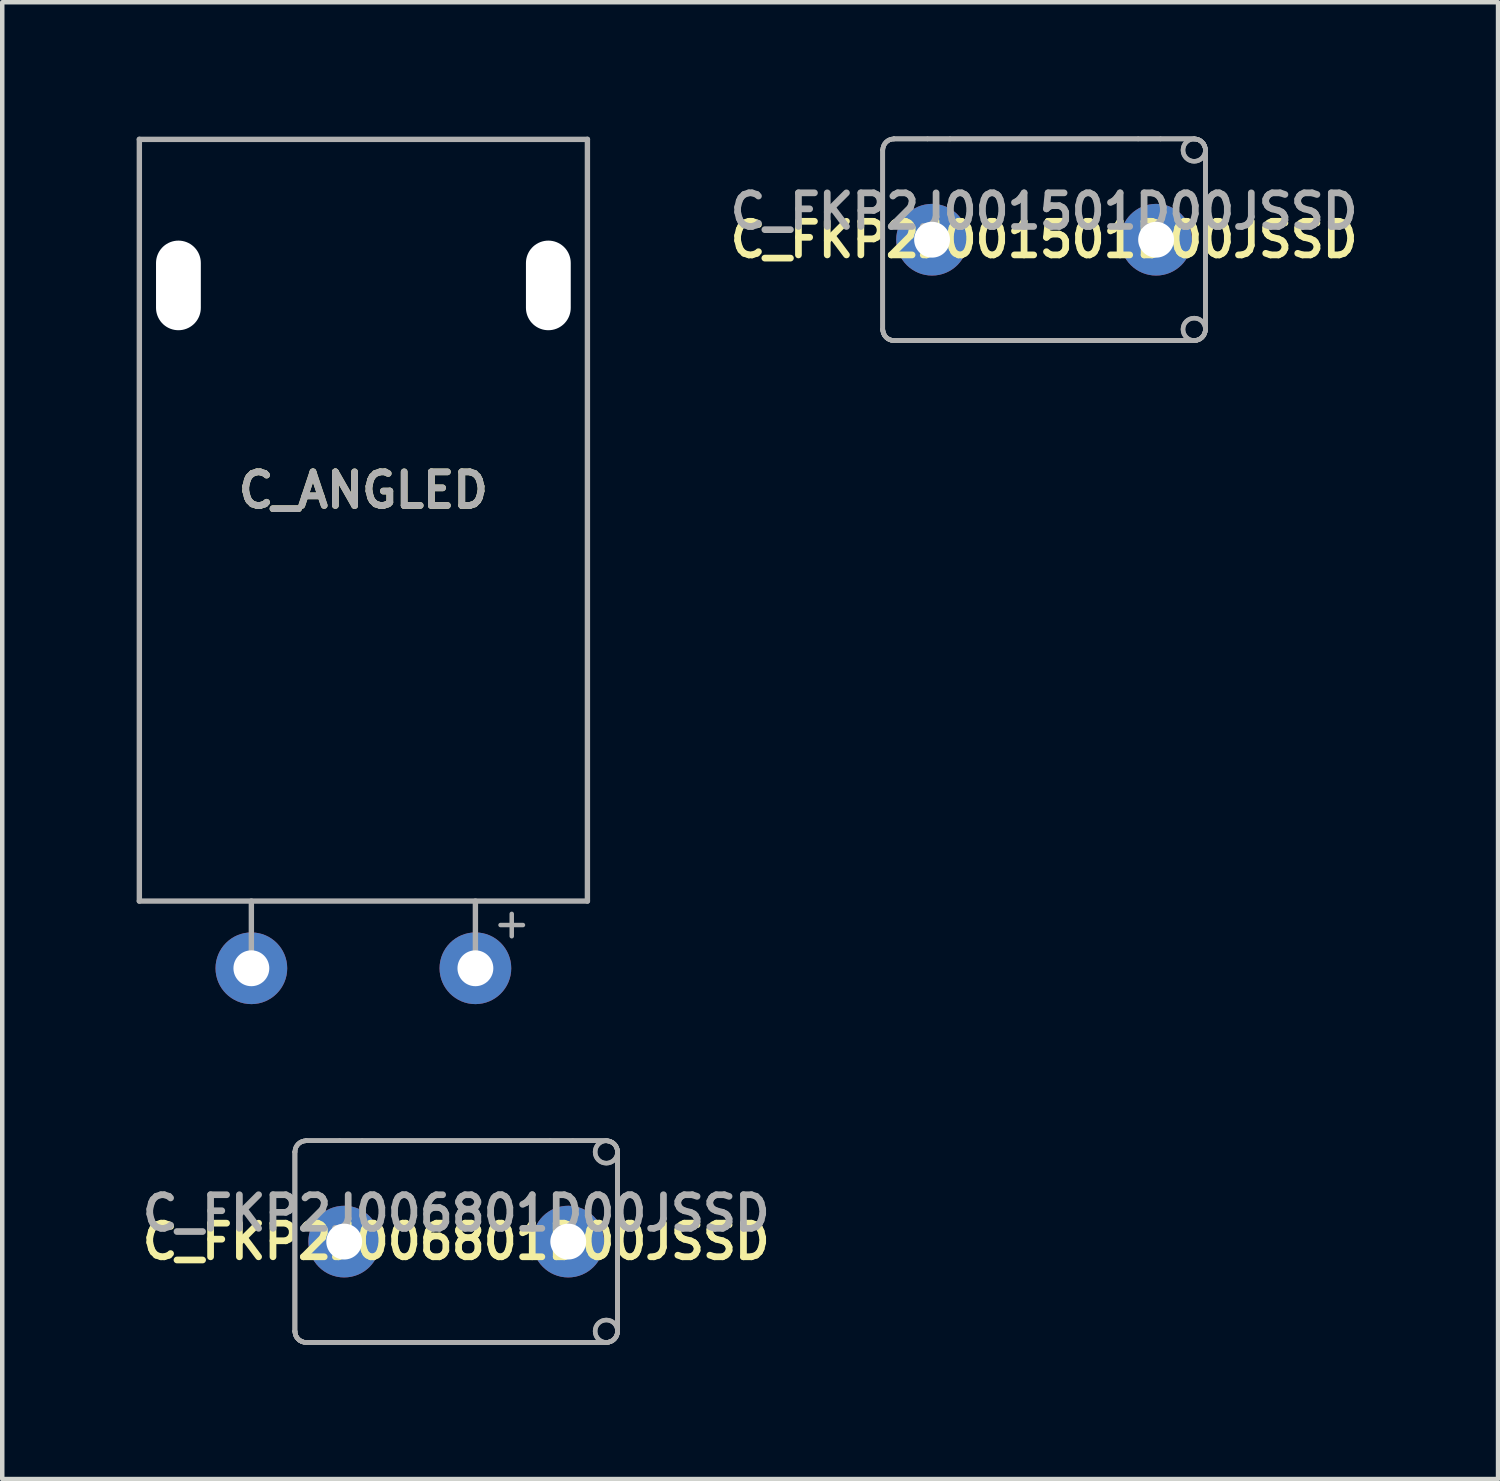
<source format=kicad_pcb>
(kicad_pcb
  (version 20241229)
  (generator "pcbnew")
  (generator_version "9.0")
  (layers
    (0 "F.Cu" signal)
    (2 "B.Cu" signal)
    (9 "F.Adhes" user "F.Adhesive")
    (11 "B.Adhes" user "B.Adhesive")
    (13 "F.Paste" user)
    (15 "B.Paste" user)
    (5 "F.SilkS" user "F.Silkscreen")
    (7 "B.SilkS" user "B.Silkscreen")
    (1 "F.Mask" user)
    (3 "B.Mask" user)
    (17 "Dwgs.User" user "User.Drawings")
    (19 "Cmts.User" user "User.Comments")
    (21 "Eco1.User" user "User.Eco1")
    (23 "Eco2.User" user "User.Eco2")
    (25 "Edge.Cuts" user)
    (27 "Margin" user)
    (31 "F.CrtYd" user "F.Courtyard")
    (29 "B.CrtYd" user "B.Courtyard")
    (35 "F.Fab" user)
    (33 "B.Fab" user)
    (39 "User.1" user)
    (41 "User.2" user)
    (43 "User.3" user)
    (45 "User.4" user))
  (footprint "C_FKP2J001501D00JSSD"
    (layer "F.Cu")
    (at 20.252 2.3)
    (property "Reference" "C_FKP2J001501D00JSSD" (at 0 0 0) (layer "F.SilkS") (effects (font (size 0.75 0.75) (thickness 0.15))))
    (attr through_hole)
    (fp_line (start -3.6 -2) (end -3.6 -2) (stroke (width 0.1) (type solid)) (layer "F.Fab"))
    (fp_line (start -3.6 -2) (end -3.6 -2) (stroke (width 0.1) (type solid)) (layer "F.Fab"))
    (fp_line (start -3.6 -2) (end -3.6 2) (stroke (width 0.1) (type solid)) (layer "F.Fab"))
    (fp_line (start -3.6 -2) (end -3.6 2) (stroke (width 0.1) (type solid)) (layer "F.Fab"))
    (fp_line (start -3.6 -2) (end -3.6 2) (stroke (width 0.1) (type solid)) (layer "F.Fab"))
    (fp_line (start -3.6 -2) (end -3.6 2) (stroke (width 0.1) (type solid)) (layer "F.Fab"))
    (fp_line (start -3.6 2) (end -3.6 2) (stroke (width 0.1) (type solid)) (layer "F.Fab"))
    (fp_line (start -3.6 2) (end -3.6 2) (stroke (width 0.1) (type solid)) (layer "F.Fab"))
    (fp_line (start -3.35 -2.25) (end -3.35 -2.25) (stroke (width 0.1) (type solid)) (layer "F.Fab"))
    (fp_line (start -3.35 -2.25) (end -3.35 -2.25) (stroke (width 0.1) (type solid)) (layer "F.Fab"))
    (fp_line (start -3.35 -2.25) (end 3.35 -2.25) (stroke (width 0.1) (type solid)) (layer "F.Fab"))
    (fp_line (start -3.35 -2.25) (end 3.35 -2.25) (stroke (width 0.1) (type solid)) (layer "F.Fab"))
    (fp_line (start -3.35 2.25) (end -3.35 2.25) (stroke (width 0.1) (type solid)) (layer "F.Fab"))
    (fp_line (start -3.35 2.25) (end -3.35 2.25) (stroke (width 0.1) (type solid)) (layer "F.Fab"))
    (fp_line (start -3.35 2.25) (end 3.35 2.25) (stroke (width 0.1) (type solid)) (layer "F.Fab"))
    (fp_line (start -3.35 2.25) (end 3.35 2.25) (stroke (width 0.1) (type solid)) (layer "F.Fab"))
    (fp_line (start -2.6 -2.25) (end -3.35 -2.25) (stroke (width 0.1) (type solid)) (layer "F.Fab"))
    (fp_line (start -2.6 -2.25) (end -3.35 -2.25) (stroke (width 0.1) (type solid)) (layer "F.Fab"))
    (fp_line (start -2.6 2.25) (end -3.35 2.25) (stroke (width 0.1) (type solid)) (layer "F.Fab"))
    (fp_line (start -2.6 2.25) (end -3.35 2.25) (stroke (width 0.1) (type solid)) (layer "F.Fab"))
    (fp_line (start -2.1 -2.25) (end -2.6 -2.25) (stroke (width 0.1) (type solid)) (layer "F.Fab"))
    (fp_line (start -2.1 -2.25) (end -2.6 -2.25) (stroke (width 0.1) (type solid)) (layer "F.Fab"))
    (fp_line (start -2.1 2.25) (end -2.6 2.25) (stroke (width 0.1) (type solid)) (layer "F.Fab"))
    (fp_line (start -2.1 2.25) (end -2.6 2.25) (stroke (width 0.1) (type solid)) (layer "F.Fab"))
    (fp_line (start 2.1 -2.25) (end -2.1 -2.25) (stroke (width 0.1) (type solid)) (layer "F.Fab"))
    (fp_line (start 2.1 -2.25) (end -2.1 -2.25) (stroke (width 0.1) (type solid)) (layer "F.Fab"))
    (fp_line (start 2.1 2.25) (end -2.1 2.25) (stroke (width 0.1) (type solid)) (layer "F.Fab"))
    (fp_line (start 2.1 2.25) (end -2.1 2.25) (stroke (width 0.1) (type solid)) (layer "F.Fab"))
    (fp_line (start 2.6 -2.25) (end 2.1 -2.25) (stroke (width 0.1) (type solid)) (layer "F.Fab"))
    (fp_line (start 2.6 -2.25) (end 2.1 -2.25) (stroke (width 0.1) (type solid)) (layer "F.Fab"))
    (fp_line (start 2.6 2.25) (end 2.1 2.25) (stroke (width 0.1) (type solid)) (layer "F.Fab"))
    (fp_line (start 2.6 2.25) (end 2.1 2.25) (stroke (width 0.1) (type solid)) (layer "F.Fab"))
    (fp_line (start 3.35 -2.25) (end 2.6 -2.25) (stroke (width 0.1) (type solid)) (layer "F.Fab"))
    (fp_line (start 3.35 -2.25) (end 2.6 -2.25) (stroke (width 0.1) (type solid)) (layer "F.Fab"))
    (fp_line (start 3.35 -2.25) (end 3.35 -2.25) (stroke (width 0.1) (type solid)) (layer "F.Fab"))
    (fp_line (start 3.35 -2.25) (end 3.35 -2.25) (stroke (width 0.1) (type solid)) (layer "F.Fab"))
    (fp_line (start 3.35 2.25) (end 2.6 2.25) (stroke (width 0.1) (type solid)) (layer "F.Fab"))
    (fp_line (start 3.35 2.25) (end 2.6 2.25) (stroke (width 0.1) (type solid)) (layer "F.Fab"))
    (fp_line (start 3.35 2.25) (end 3.35 2.25) (stroke (width 0.1) (type solid)) (layer "F.Fab"))
    (fp_line (start 3.35 2.25) (end 3.35 2.25) (stroke (width 0.1) (type solid)) (layer "F.Fab"))
    (fp_line (start 3.6 -2) (end 3.6 -2) (stroke (width 0.1) (type solid)) (layer "F.Fab"))
    (fp_line (start 3.6 -2) (end 3.6 -2) (stroke (width 0.1) (type solid)) (layer "F.Fab"))
    (fp_line (start 3.6 -2) (end 3.6 2) (stroke (width 0.1) (type solid)) (layer "F.Fab"))
    (fp_line (start 3.6 -2) (end 3.6 2) (stroke (width 0.1) (type solid)) (layer "F.Fab"))
    (fp_line (start 3.6 -2) (end 3.6 2) (stroke (width 0.1) (type solid)) (layer "F.Fab"))
    (fp_line (start 3.6 -2) (end 3.6 2) (stroke (width 0.1) (type solid)) (layer "F.Fab"))
    (fp_line (start 3.6 2) (end 3.6 2) (stroke (width 0.1) (type solid)) (layer "F.Fab"))
    (fp_line (start 3.6 2) (end 3.6 2) (stroke (width 0.1) (type solid)) (layer "F.Fab"))
    (fp_arc (start -3.6 -2) (mid -3.526777 -2.176777) (end -3.35 -2.25) (stroke (width 0.1) (type solid)) (layer "F.Fab"))
    (fp_arc (start -3.6 -2) (mid -3.526777 -2.176777) (end -3.35 -2.25) (stroke (width 0.1) (type solid)) (layer "F.Fab"))
    (fp_arc (start -3.6 -2) (mid -3.526777 -2.176777) (end -3.35 -2.25) (stroke (width 0.1) (type solid)) (layer "F.Fab"))
    (fp_arc (start -3.6 -2) (mid -3.526777 -2.176777) (end -3.35 -2.25) (stroke (width 0.1) (type solid)) (layer "F.Fab"))
    (fp_arc (start -3.35 2.25) (mid -3.526777 2.176777) (end -3.6 2) (stroke (width 0.1) (type solid)) (layer "F.Fab"))
    (fp_arc (start -3.35 2.25) (mid -3.526777 2.176777) (end -3.6 2) (stroke (width 0.1) (type solid)) (layer "F.Fab"))
    (fp_arc (start -3.35 2.25) (mid -3.526777 2.176777) (end -3.6 2) (stroke (width 0.1) (type solid)) (layer "F.Fab"))
    (fp_arc (start -3.35 2.25) (mid -3.526777 2.176777) (end -3.6 2) (stroke (width 0.1) (type solid)) (layer "F.Fab"))
    (fp_arc (start -3.35 2.25) (mid -3.526777 2.176777) (end -3.6 2) (stroke (width 0.1) (type solid)) (layer "F.Fab"))
    (fp_arc (start -3.35 2.25) (mid -3.526777 2.176777) (end -3.6 2) (stroke (width 0.1) (type solid)) (layer "F.Fab"))
    (fp_arc (start 3.35 -2.25) (mid 3.526777 -2.176777) (end 3.6 -2) (stroke (width 0.1) (type solid)) (layer "F.Fab"))
    (fp_arc (start 3.35 -2.25) (mid 3.526777 -2.176777) (end 3.6 -2) (stroke (width 0.1) (type solid)) (layer "F.Fab"))
    (fp_arc (start 3.35 -2.25) (mid 3.526777 -2.176777) (end 3.6 -2) (stroke (width 0.1) (type solid)) (layer "F.Fab"))
    (fp_arc (start 3.35 -2.25) (mid 3.526777 -2.176777) (end 3.6 -2) (stroke (width 0.1) (type solid)) (layer "F.Fab"))
    (fp_arc (start 3.6 -2) (mid 3.1 -2) (end 3.6 -2) (stroke (width 0.1) (type solid)) (layer "F.Fab"))
    (fp_arc (start 3.6 -2) (mid 3.1 -2) (end 3.6 -2) (stroke (width 0.1) (type solid)) (layer "F.Fab"))
    (fp_arc (start 3.6 2) (mid 3.526777 2.176777) (end 3.35 2.25) (stroke (width 0.1) (type solid)) (layer "F.Fab"))
    (fp_arc (start 3.6 2) (mid 3.526777 2.176777) (end 3.35 2.25) (stroke (width 0.1) (type solid)) (layer "F.Fab"))
    (fp_arc (start 3.6 2) (mid 3.526777 2.176777) (end 3.35 2.25) (stroke (width 0.1) (type solid)) (layer "F.Fab"))
    (fp_arc (start 3.6 2) (mid 3.526777 2.176777) (end 3.35 2.25) (stroke (width 0.1) (type solid)) (layer "F.Fab"))
    (fp_arc (start 3.6 2) (mid 3.1 2) (end 3.6 2) (stroke (width 0.1) (type solid)) (layer "F.Fab"))
    (fp_arc (start 3.6 2) (mid 3.1 2) (end 3.6 2) (stroke (width 0.1) (type solid)) (layer "F.Fab"))
    (fp_text user "${REFERENCE}" (at 0 -0.635 0) (layer "F.Fab") (effects (font (size 0.75 0.75) (thickness 0.15))))
    (pad "" connect circle (at -2.5 0) (size 0.8 0.8) (layers "F.Mask"))
    (pad "" connect circle (at 2.5 0) (size 0.8 0.8) (layers "F.Mask"))
    (pad "1" thru_hole circle (at -2.5 0) (size 1.6 1.6) (drill 0.8) (layers "B.Cu" "B.Mask"))
    (pad "2" thru_hole circle (at 2.5 0) (size 1.6 1.6) (drill 0.8) (layers "B.Cu" "B.Mask")))
  (footprint "C_ANGLED"
    (layer "F.Cu")
    (at 5.06 18.56)
    (property "Reference" "C_ANGLED" (at 0 -10.668 0) (layer "F.SilkS") (effects (font (size 0.75 0.75) (thickness 0.15))))
    (attr through_hole)
    (fp_line (start -5 -1.5) (end -5 -18.5) (stroke (width 0.12) (type solid)) (layer "F.Fab"))
    (fp_line (start -5 -1.5) (end 5 -1.5) (stroke (width 0.12) (type solid)) (layer "F.Fab"))
    (fp_line (start -2.5 0) (end -2.5 -1.5) (stroke (width 0.12) (type solid)) (layer "F.Fab"))
    (fp_line (start 2.5 0) (end 2.5 -1.5) (stroke (width 0.12) (type solid)) (layer "F.Fab"))
    (fp_line (start 3.061 -0.965) (end 3.561 -0.965) (stroke (width 0.1) (type solid)) (layer "F.Fab"))
    (fp_line (start 3.311 -1.214) (end 3.311 -0.715) (stroke (width 0.1) (type solid)) (layer "F.Fab"))
    (fp_line (start 5 -18.5) (end -5 -18.5) (stroke (width 0.12) (type solid)) (layer "F.Fab"))
    (fp_line (start 5 -1.5) (end 5 -18.5) (stroke (width 0.12) (type solid)) (layer "F.Fab"))
    (fp_text user "${REFERENCE}" (at 0 -10.668 0) (layer "F.Fab") (effects (font (size 0.75 0.75) (thickness 0.15))))
    (pad "" np_thru_hole oval (at -4.128 -15.24) (size 1 2) (drill oval 1 2) (layers "*.Cu" "*.Mask"))
    (pad "" connect circle (at -2.5 0) (size 0.8 0.8) (layers "F.Mask"))
    (pad "" connect circle (at 2.5 0) (size 0.8 0.8) (layers "F.Mask"))
    (pad "" np_thru_hole oval (at 4.128 -15.24) (size 1 2) (drill oval 1 2) (layers "*.Cu" "*.Mask"))
    (pad "1" thru_hole circle (at 2.5 0) (size 1.6 1.6) (drill 0.8) (layers "B.Cu" "B.Mask"))
    (pad "2" thru_hole circle (at -2.5 0) (size 1.6 1.6) (drill 0.8) (layers "B.Cu" "B.Mask")))
  (footprint "C_FKP2J006801D00JSSD"
    (layer "F.Cu")
    (at 7.132 24.66)
    (property "Reference" "C_FKP2J006801D00JSSD" (at 0 0 0) (layer "F.SilkS") (effects (font (size 0.75 0.75) (thickness 0.15))))
    (attr through_hole)
    (fp_line (start -3.6 -2) (end -3.6 -2) (stroke (width 0.1) (type solid)) (layer "F.Fab"))
    (fp_line (start -3.6 -2) (end -3.6 -2) (stroke (width 0.1) (type solid)) (layer "F.Fab"))
    (fp_line (start -3.6 -2) (end -3.6 2) (stroke (width 0.1) (type solid)) (layer "F.Fab"))
    (fp_line (start -3.6 -2) (end -3.6 2) (stroke (width 0.1) (type solid)) (layer "F.Fab"))
    (fp_line (start -3.6 -2) (end -3.6 2) (stroke (width 0.1) (type solid)) (layer "F.Fab"))
    (fp_line (start -3.6 -2) (end -3.6 2) (stroke (width 0.1) (type solid)) (layer "F.Fab"))
    (fp_line (start -3.6 2) (end -3.6 2) (stroke (width 0.1) (type solid)) (layer "F.Fab"))
    (fp_line (start -3.6 2) (end -3.6 2) (stroke (width 0.1) (type solid)) (layer "F.Fab"))
    (fp_line (start -3.35 -2.25) (end -3.35 -2.25) (stroke (width 0.1) (type solid)) (layer "F.Fab"))
    (fp_line (start -3.35 -2.25) (end -3.35 -2.25) (stroke (width 0.1) (type solid)) (layer "F.Fab"))
    (fp_line (start -3.35 -2.25) (end 3.35 -2.25) (stroke (width 0.1) (type solid)) (layer "F.Fab"))
    (fp_line (start -3.35 -2.25) (end 3.35 -2.25) (stroke (width 0.1) (type solid)) (layer "F.Fab"))
    (fp_line (start -3.35 2.25) (end -3.35 2.25) (stroke (width 0.1) (type solid)) (layer "F.Fab"))
    (fp_line (start -3.35 2.25) (end -3.35 2.25) (stroke (width 0.1) (type solid)) (layer "F.Fab"))
    (fp_line (start -3.35 2.25) (end 3.35 2.25) (stroke (width 0.1) (type solid)) (layer "F.Fab"))
    (fp_line (start -3.35 2.25) (end 3.35 2.25) (stroke (width 0.1) (type solid)) (layer "F.Fab"))
    (fp_line (start -2.6 -2.25) (end -3.35 -2.25) (stroke (width 0.1) (type solid)) (layer "F.Fab"))
    (fp_line (start -2.6 -2.25) (end -3.35 -2.25) (stroke (width 0.1) (type solid)) (layer "F.Fab"))
    (fp_line (start -2.6 2.25) (end -3.35 2.25) (stroke (width 0.1) (type solid)) (layer "F.Fab"))
    (fp_line (start -2.6 2.25) (end -3.35 2.25) (stroke (width 0.1) (type solid)) (layer "F.Fab"))
    (fp_line (start -2.1 -2.25) (end -2.6 -2.25) (stroke (width 0.1) (type solid)) (layer "F.Fab"))
    (fp_line (start -2.1 -2.25) (end -2.6 -2.25) (stroke (width 0.1) (type solid)) (layer "F.Fab"))
    (fp_line (start -2.1 2.25) (end -2.6 2.25) (stroke (width 0.1) (type solid)) (layer "F.Fab"))
    (fp_line (start -2.1 2.25) (end -2.6 2.25) (stroke (width 0.1) (type solid)) (layer "F.Fab"))
    (fp_line (start 2.1 -2.25) (end -2.1 -2.25) (stroke (width 0.1) (type solid)) (layer "F.Fab"))
    (fp_line (start 2.1 -2.25) (end -2.1 -2.25) (stroke (width 0.1) (type solid)) (layer "F.Fab"))
    (fp_line (start 2.1 2.25) (end -2.1 2.25) (stroke (width 0.1) (type solid)) (layer "F.Fab"))
    (fp_line (start 2.1 2.25) (end -2.1 2.25) (stroke (width 0.1) (type solid)) (layer "F.Fab"))
    (fp_line (start 2.6 -2.25) (end 2.1 -2.25) (stroke (width 0.1) (type solid)) (layer "F.Fab"))
    (fp_line (start 2.6 -2.25) (end 2.1 -2.25) (stroke (width 0.1) (type solid)) (layer "F.Fab"))
    (fp_line (start 2.6 2.25) (end 2.1 2.25) (stroke (width 0.1) (type solid)) (layer "F.Fab"))
    (fp_line (start 2.6 2.25) (end 2.1 2.25) (stroke (width 0.1) (type solid)) (layer "F.Fab"))
    (fp_line (start 3.35 -2.25) (end 2.6 -2.25) (stroke (width 0.1) (type solid)) (layer "F.Fab"))
    (fp_line (start 3.35 -2.25) (end 2.6 -2.25) (stroke (width 0.1) (type solid)) (layer "F.Fab"))
    (fp_line (start 3.35 -2.25) (end 3.35 -2.25) (stroke (width 0.1) (type solid)) (layer "F.Fab"))
    (fp_line (start 3.35 -2.25) (end 3.35 -2.25) (stroke (width 0.1) (type solid)) (layer "F.Fab"))
    (fp_line (start 3.35 2.25) (end 2.6 2.25) (stroke (width 0.1) (type solid)) (layer "F.Fab"))
    (fp_line (start 3.35 2.25) (end 2.6 2.25) (stroke (width 0.1) (type solid)) (layer "F.Fab"))
    (fp_line (start 3.35 2.25) (end 3.35 2.25) (stroke (width 0.1) (type solid)) (layer "F.Fab"))
    (fp_line (start 3.35 2.25) (end 3.35 2.25) (stroke (width 0.1) (type solid)) (layer "F.Fab"))
    (fp_line (start 3.6 -2) (end 3.6 -2) (stroke (width 0.1) (type solid)) (layer "F.Fab"))
    (fp_line (start 3.6 -2) (end 3.6 -2) (stroke (width 0.1) (type solid)) (layer "F.Fab"))
    (fp_line (start 3.6 -2) (end 3.6 2) (stroke (width 0.1) (type solid)) (layer "F.Fab"))
    (fp_line (start 3.6 -2) (end 3.6 2) (stroke (width 0.1) (type solid)) (layer "F.Fab"))
    (fp_line (start 3.6 -2) (end 3.6 2) (stroke (width 0.1) (type solid)) (layer "F.Fab"))
    (fp_line (start 3.6 -2) (end 3.6 2) (stroke (width 0.1) (type solid)) (layer "F.Fab"))
    (fp_line (start 3.6 2) (end 3.6 2) (stroke (width 0.1) (type solid)) (layer "F.Fab"))
    (fp_line (start 3.6 2) (end 3.6 2) (stroke (width 0.1) (type solid)) (layer "F.Fab"))
    (fp_arc (start -3.6 -2) (mid -3.526777 -2.176777) (end -3.35 -2.25) (stroke (width 0.1) (type solid)) (layer "F.Fab"))
    (fp_arc (start -3.6 -2) (mid -3.526777 -2.176777) (end -3.35 -2.25) (stroke (width 0.1) (type solid)) (layer "F.Fab"))
    (fp_arc (start -3.6 -2) (mid -3.526777 -2.176777) (end -3.35 -2.25) (stroke (width 0.1) (type solid)) (layer "F.Fab"))
    (fp_arc (start -3.6 -2) (mid -3.526777 -2.176777) (end -3.35 -2.25) (stroke (width 0.1) (type solid)) (layer "F.Fab"))
    (fp_arc (start -3.35 2.25) (mid -3.526777 2.176777) (end -3.6 2) (stroke (width 0.1) (type solid)) (layer "F.Fab"))
    (fp_arc (start -3.35 2.25) (mid -3.526777 2.176777) (end -3.6 2) (stroke (width 0.1) (type solid)) (layer "F.Fab"))
    (fp_arc (start -3.35 2.25) (mid -3.526777 2.176777) (end -3.6 2) (stroke (width 0.1) (type solid)) (layer "F.Fab"))
    (fp_arc (start -3.35 2.25) (mid -3.526777 2.176777) (end -3.6 2) (stroke (width 0.1) (type solid)) (layer "F.Fab"))
    (fp_arc (start -3.35 2.25) (mid -3.526777 2.176777) (end -3.6 2) (stroke (width 0.1) (type solid)) (layer "F.Fab"))
    (fp_arc (start -3.35 2.25) (mid -3.526777 2.176777) (end -3.6 2) (stroke (width 0.1) (type solid)) (layer "F.Fab"))
    (fp_arc (start 3.35 -2.25) (mid 3.526777 -2.176777) (end 3.6 -2) (stroke (width 0.1) (type solid)) (layer "F.Fab"))
    (fp_arc (start 3.35 -2.25) (mid 3.526777 -2.176777) (end 3.6 -2) (stroke (width 0.1) (type solid)) (layer "F.Fab"))
    (fp_arc (start 3.35 -2.25) (mid 3.526777 -2.176777) (end 3.6 -2) (stroke (width 0.1) (type solid)) (layer "F.Fab"))
    (fp_arc (start 3.35 -2.25) (mid 3.526777 -2.176777) (end 3.6 -2) (stroke (width 0.1) (type solid)) (layer "F.Fab"))
    (fp_arc (start 3.6 -2) (mid 3.1 -2) (end 3.6 -2) (stroke (width 0.1) (type solid)) (layer "F.Fab"))
    (fp_arc (start 3.6 -2) (mid 3.1 -2) (end 3.6 -2) (stroke (width 0.1) (type solid)) (layer "F.Fab"))
    (fp_arc (start 3.6 2) (mid 3.526777 2.176777) (end 3.35 2.25) (stroke (width 0.1) (type solid)) (layer "F.Fab"))
    (fp_arc (start 3.6 2) (mid 3.526777 2.176777) (end 3.35 2.25) (stroke (width 0.1) (type solid)) (layer "F.Fab"))
    (fp_arc (start 3.6 2) (mid 3.526777 2.176777) (end 3.35 2.25) (stroke (width 0.1) (type solid)) (layer "F.Fab"))
    (fp_arc (start 3.6 2) (mid 3.526777 2.176777) (end 3.35 2.25) (stroke (width 0.1) (type solid)) (layer "F.Fab"))
    (fp_arc (start 3.6 2) (mid 3.1 2) (end 3.6 2) (stroke (width 0.1) (type solid)) (layer "F.Fab"))
    (fp_arc (start 3.6 2) (mid 3.1 2) (end 3.6 2) (stroke (width 0.1) (type solid)) (layer "F.Fab"))
    (fp_text user "${REFERENCE}" (at 0 -0.635 0) (layer "F.Fab") (effects (font (size 0.75 0.75) (thickness 0.15))))
    (pad "" connect circle (at -2.5 0) (size 0.8 0.8) (layers "F.Mask"))
    (pad "" connect circle (at 2.5 0) (size 0.8 0.8) (layers "F.Mask"))
    (pad "1" thru_hole circle (at -2.5 0) (size 1.6 1.6) (drill 0.8) (layers "B.Cu" "B.Mask"))
    (pad "2" thru_hole circle (at 2.5 0) (size 1.6 1.6) (drill 0.8) (layers "B.Cu" "B.Mask")))
  (gr_rect
    (start -3 -3)
    (end 30.384 29.96)
    (stroke (width 0.1) (type default))
    (fill no)
    (layer "Edge.Cuts")))
</source>
